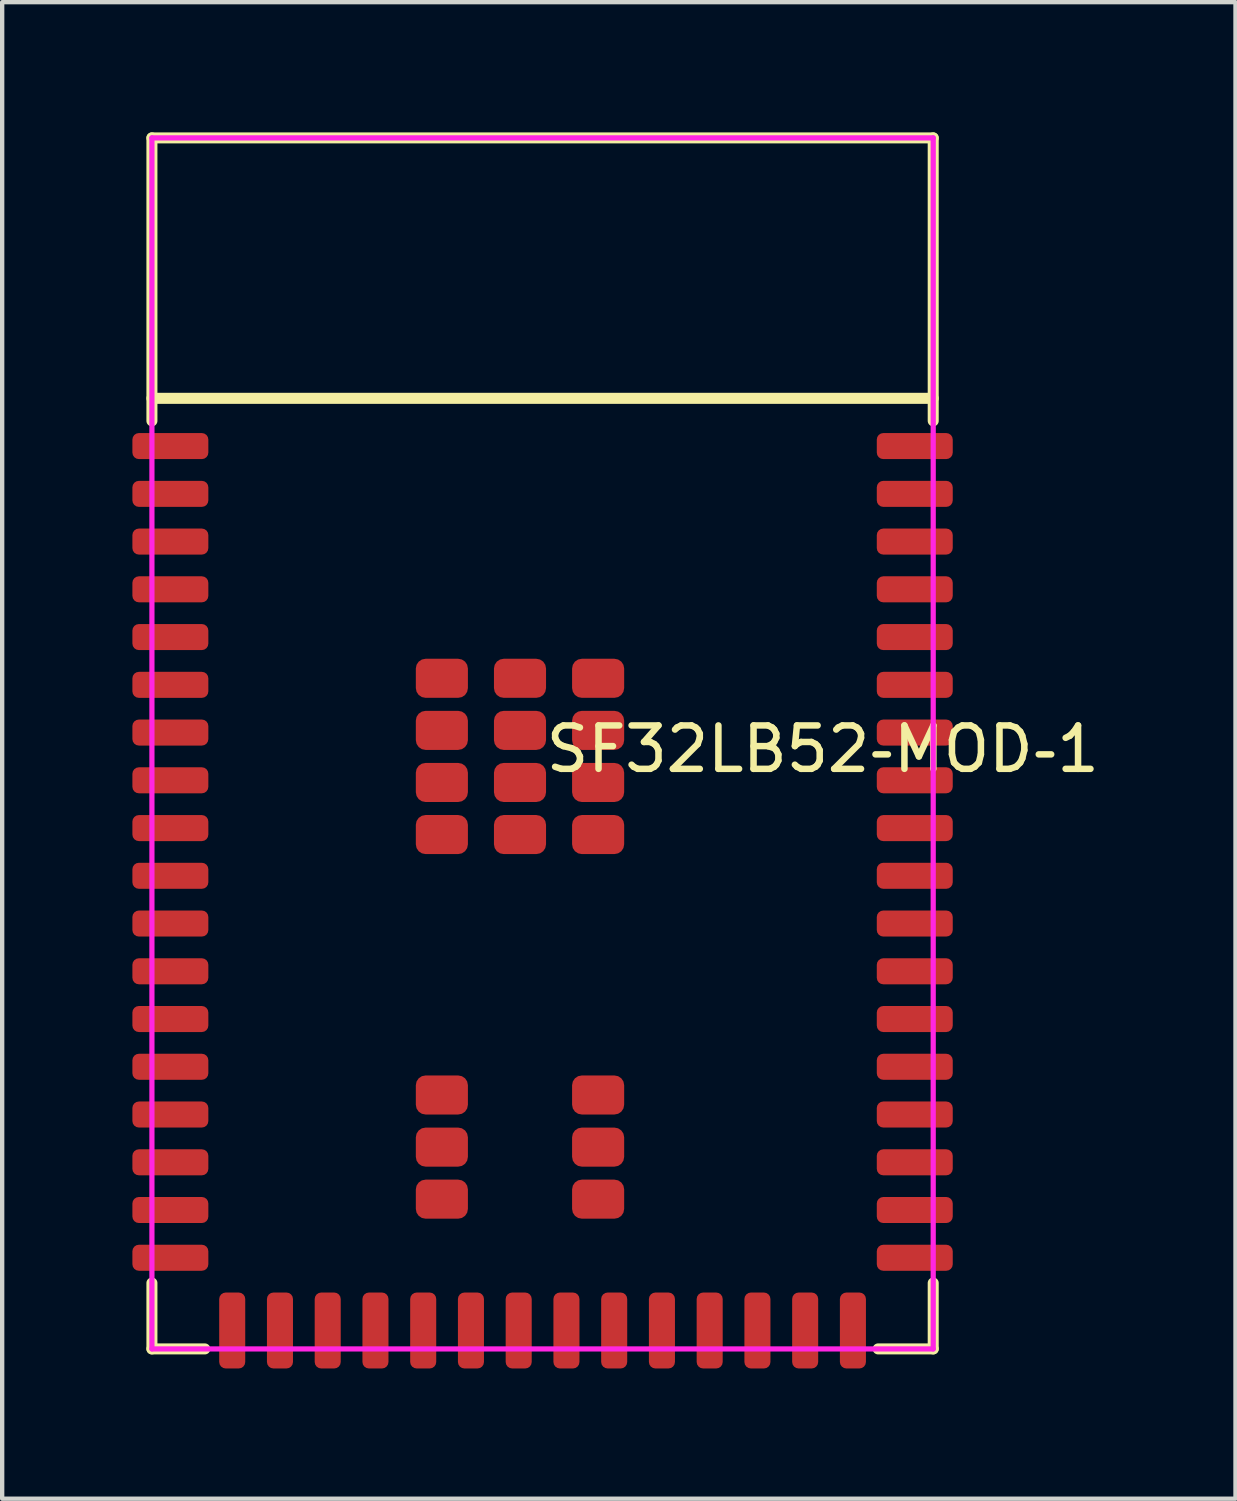
<source format=kicad_pcb>
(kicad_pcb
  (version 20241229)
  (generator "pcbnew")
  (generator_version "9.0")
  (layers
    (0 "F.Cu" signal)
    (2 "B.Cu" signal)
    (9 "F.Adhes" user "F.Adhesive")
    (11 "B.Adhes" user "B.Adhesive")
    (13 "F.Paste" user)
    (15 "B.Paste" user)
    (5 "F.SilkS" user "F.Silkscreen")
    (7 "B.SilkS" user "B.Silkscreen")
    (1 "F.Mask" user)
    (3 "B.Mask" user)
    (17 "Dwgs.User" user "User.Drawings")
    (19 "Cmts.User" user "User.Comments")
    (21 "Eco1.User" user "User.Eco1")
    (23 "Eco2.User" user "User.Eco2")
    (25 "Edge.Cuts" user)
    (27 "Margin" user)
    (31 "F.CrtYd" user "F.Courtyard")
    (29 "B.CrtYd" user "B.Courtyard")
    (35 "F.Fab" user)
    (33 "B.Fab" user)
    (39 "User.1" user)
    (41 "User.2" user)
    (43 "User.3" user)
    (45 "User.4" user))
  (footprint "SF32LB52‐MOD‐1"
    (layer "F.Cu")
    (at 9.45 17.415)
    (property "Reference" "SF32LB52‐MOD‐1" (at 0 -3.207 0) (layer "F.SilkS") (effects (font (size 1 1) (thickness 0.15)) (justify left)))
    (attr smd)
    (fp_line (start -9 -17.288) (end -9 -10.769) (stroke (width 0.254) (type solid)) (layer "F.SilkS"))
    (fp_line (start -9 9.094) (end -9 10.612) (stroke (width 0.254) (type solid)) (layer "F.SilkS"))
    (fp_line (start -9 10.612) (end -7.781 10.612) (stroke (width 0.254) (type solid)) (layer "F.SilkS"))
    (fp_line (start 9 -17.288) (end -9 -17.288) (stroke (width 0.254) (type solid)) (layer "F.SilkS"))
    (fp_line (start 9 -11.288) (end -9 -11.288) (stroke (width 0.254) (type solid)) (layer "F.SilkS"))
    (fp_line (start 9 -10.769) (end 9 -17.288) (stroke (width 0.254) (type solid)) (layer "F.SilkS"))
    (fp_line (start 9 10.612) (end 7.731 10.612) (stroke (width 0.254) (type solid)) (layer "F.SilkS"))
    (fp_line (start 9 10.612) (end 9 9.094) (stroke (width 0.254) (type solid)) (layer "F.SilkS"))
    (fp_circle (center -9 -17.288) (end -8.97 -17.288) (stroke (width 0.06) (type solid)) (fill no) (layer "Eco2.User"))
    (fp_line (start -9 -17.288) (end 9 -17.288) (stroke (width 0.12) (type solid)) (layer "F.CrtYd"))
    (fp_line (start -9 10.612) (end -9 -17.288) (stroke (width 0.12) (type solid)) (layer "F.CrtYd"))
    (fp_line (start 9 -17.288) (end 9 10.612) (stroke (width 0.12) (type solid)) (layer "F.CrtYd"))
    (fp_line (start 9 10.612) (end -9 10.612) (stroke (width 0.12) (type solid)) (layer "F.CrtYd"))
    (pad "1" smd roundrect (at -8.575 -10.188) (size 1.75 0.6) (layers "F.Cu" "F.Mask" "F.Paste") (roundrect_rratio 0.25))
    (pad "2" smd roundrect (at -8.575 -9.087) (size 1.75 0.6) (layers "F.Cu" "F.Mask" "F.Paste") (roundrect_rratio 0.25))
    (pad "3" smd roundrect (at -8.575 -7.988) (size 1.75 0.6) (layers "F.Cu" "F.Mask" "F.Paste") (roundrect_rratio 0.25))
    (pad "4" smd roundrect (at -8.575 -6.888) (size 1.75 0.6) (layers "F.Cu" "F.Mask" "F.Paste") (roundrect_rratio 0.25))
    (pad "5" smd roundrect (at -8.575 -5.788) (size 1.75 0.6) (layers "F.Cu" "F.Mask" "F.Paste") (roundrect_rratio 0.25))
    (pad "6" smd roundrect (at -8.575 -4.687) (size 1.75 0.6) (layers "F.Cu" "F.Mask" "F.Paste") (roundrect_rratio 0.25))
    (pad "7" smd roundrect (at -8.575 -3.588) (size 1.75 0.6) (layers "F.Cu" "F.Mask" "F.Paste") (roundrect_rratio 0.25))
    (pad "8" smd roundrect (at -8.575 -2.488) (size 1.75 0.6) (layers "F.Cu" "F.Mask" "F.Paste") (roundrect_rratio 0.25))
    (pad "9" smd roundrect (at -8.575 -1.387) (size 1.75 0.6) (layers "F.Cu" "F.Mask" "F.Paste") (roundrect_rratio 0.25))
    (pad "10" smd roundrect (at -8.575 -0.288) (size 1.75 0.6) (layers "F.Cu" "F.Mask" "F.Paste") (roundrect_rratio 0.25))
    (pad "11" smd roundrect (at -8.575 0.812) (size 1.75 0.6) (layers "F.Cu" "F.Mask" "F.Paste") (roundrect_rratio 0.25))
    (pad "12" smd roundrect (at -8.575 1.912) (size 1.75 0.6) (layers "F.Cu" "F.Mask" "F.Paste") (roundrect_rratio 0.25))
    (pad "13" smd roundrect (at -8.575 3.012) (size 1.75 0.6) (layers "F.Cu" "F.Mask" "F.Paste") (roundrect_rratio 0.25))
    (pad "14" smd roundrect (at -8.575 4.112) (size 1.75 0.6) (layers "F.Cu" "F.Mask" "F.Paste") (roundrect_rratio 0.25))
    (pad "15" smd roundrect (at -8.575 5.212) (size 1.75 0.6) (layers "F.Cu" "F.Mask" "F.Paste") (roundrect_rratio 0.25))
    (pad "16" smd roundrect (at -8.575 6.313) (size 1.75 0.6) (layers "F.Cu" "F.Mask" "F.Paste") (roundrect_rratio 0.25))
    (pad "17" smd roundrect (at -8.575 7.412) (size 1.75 0.6) (layers "F.Cu" "F.Mask" "F.Paste") (roundrect_rratio 0.25))
    (pad "18" smd roundrect (at -8.575 8.512) (size 1.75 0.6) (layers "F.Cu" "F.Mask" "F.Paste") (roundrect_rratio 0.25))
    (pad "19" smd roundrect (at -6.05 10.188 90) (size 1.75 0.6) (layers "F.Cu" "F.Mask" "F.Paste") (roundrect_rratio 0.25))
    (pad "20" smd roundrect (at -4.95 10.188 90) (size 1.75 0.6) (layers "F.Cu" "F.Mask" "F.Paste") (roundrect_rratio 0.25))
    (pad "21" smd roundrect (at -3.85 10.188 90) (size 1.75 0.6) (layers "F.Cu" "F.Mask" "F.Paste") (roundrect_rratio 0.25))
    (pad "22" smd roundrect (at -2.75 10.188 90) (size 1.75 0.6) (layers "F.Cu" "F.Mask" "F.Paste") (roundrect_rratio 0.25))
    (pad "23" smd roundrect (at -1.65 10.188 90) (size 1.75 0.6) (layers "F.Cu" "F.Mask" "F.Paste") (roundrect_rratio 0.25))
    (pad "24" smd roundrect (at -0.55 10.188 90) (size 1.75 0.6) (layers "F.Cu" "F.Mask" "F.Paste") (roundrect_rratio 0.25))
    (pad "25" smd roundrect (at 0.55 10.188 90) (size 1.75 0.6) (layers "F.Cu" "F.Mask" "F.Paste") (roundrect_rratio 0.25))
    (pad "26" smd roundrect (at 1.65 10.188 90) (size 1.75 0.6) (layers "F.Cu" "F.Mask" "F.Paste") (roundrect_rratio 0.25))
    (pad "27" smd roundrect (at 2.75 10.188 90) (size 1.75 0.6) (layers "F.Cu" "F.Mask" "F.Paste") (roundrect_rratio 0.25))
    (pad "28" smd roundrect (at 3.85 10.188 90) (size 1.75 0.6) (layers "F.Cu" "F.Mask" "F.Paste") (roundrect_rratio 0.25))
    (pad "29" smd roundrect (at 4.95 10.188 90) (size 1.75 0.6) (layers "F.Cu" "F.Mask" "F.Paste") (roundrect_rratio 0.25))
    (pad "30" smd roundrect (at 6.05 10.188 90) (size 1.75 0.6) (layers "F.Cu" "F.Mask" "F.Paste") (roundrect_rratio 0.25))
    (pad "31" smd roundrect (at 8.575 8.512) (size 1.75 0.6) (layers "F.Cu" "F.Mask" "F.Paste") (roundrect_rratio 0.25))
    (pad "32" smd roundrect (at 8.575 7.412) (size 1.75 0.6) (layers "F.Cu" "F.Mask" "F.Paste") (roundrect_rratio 0.25))
    (pad "33" smd roundrect (at 8.575 6.313) (size 1.75 0.6) (layers "F.Cu" "F.Mask" "F.Paste") (roundrect_rratio 0.25))
    (pad "34" smd roundrect (at 8.575 5.212) (size 1.75 0.6) (layers "F.Cu" "F.Mask" "F.Paste") (roundrect_rratio 0.25))
    (pad "35" smd roundrect (at 8.575 4.112) (size 1.75 0.6) (layers "F.Cu" "F.Mask" "F.Paste") (roundrect_rratio 0.25))
    (pad "36" smd roundrect (at 8.575 3.012) (size 1.75 0.6) (layers "F.Cu" "F.Mask" "F.Paste") (roundrect_rratio 0.25))
    (pad "37" smd roundrect (at 8.575 1.912) (size 1.75 0.6) (layers "F.Cu" "F.Mask" "F.Paste") (roundrect_rratio 0.25))
    (pad "38" smd roundrect (at 8.575 0.812) (size 1.75 0.6) (layers "F.Cu" "F.Mask" "F.Paste") (roundrect_rratio 0.25))
    (pad "39" smd roundrect (at 8.575 -0.288) (size 1.75 0.6) (layers "F.Cu" "F.Mask" "F.Paste") (roundrect_rratio 0.25))
    (pad "40" smd roundrect (at 8.575 -1.387) (size 1.75 0.6) (layers "F.Cu" "F.Mask" "F.Paste") (roundrect_rratio 0.25))
    (pad "41" smd roundrect (at 8.575 -2.488) (size 1.75 0.6) (layers "F.Cu" "F.Mask" "F.Paste") (roundrect_rratio 0.25))
    (pad "42" smd roundrect (at 8.575 -3.588) (size 1.75 0.6) (layers "F.Cu" "F.Mask" "F.Paste") (roundrect_rratio 0.25))
    (pad "43" smd roundrect (at 8.575 -4.687) (size 1.75 0.6) (layers "F.Cu" "F.Mask" "F.Paste") (roundrect_rratio 0.25))
    (pad "44" smd roundrect (at 8.575 -5.788) (size 1.75 0.6) (layers "F.Cu" "F.Mask" "F.Paste") (roundrect_rratio 0.25))
    (pad "45" smd roundrect (at 8.575 -6.888) (size 1.75 0.6) (layers "F.Cu" "F.Mask" "F.Paste") (roundrect_rratio 0.25))
    (pad "46" smd roundrect (at 8.575 -7.988) (size 1.75 0.6) (layers "F.Cu" "F.Mask" "F.Paste") (roundrect_rratio 0.25))
    (pad "47" smd roundrect (at 8.575 -9.087) (size 1.75 0.6) (layers "F.Cu" "F.Mask" "F.Paste") (roundrect_rratio 0.25))
    (pad "48" smd roundrect (at 8.575 -10.188) (size 1.75 0.6) (layers "F.Cu" "F.Mask" "F.Paste") (roundrect_rratio 0.25))
    (pad "49" smd roundrect (at -2.32 -4.838) (size 1.2 0.9) (layers "F.Cu" "F.Mask" "F.Paste") (roundrect_rratio 0.25))
    (pad "50" smd roundrect (at -0.52 -4.838) (size 1.2 0.9) (layers "F.Cu" "F.Mask" "F.Paste") (roundrect_rratio 0.25))
    (pad "51" smd roundrect (at 1.28 -4.838) (size 1.2 0.9) (layers "F.Cu" "F.Mask" "F.Paste") (roundrect_rratio 0.25))
    (pad "52" smd roundrect (at -2.32 -3.638) (size 1.2 0.9) (layers "F.Cu" "F.Mask" "F.Paste") (roundrect_rratio 0.25))
    (pad "53" smd roundrect (at -0.52 -3.638) (size 1.2 0.9) (layers "F.Cu" "F.Mask" "F.Paste") (roundrect_rratio 0.25))
    (pad "54" smd roundrect (at 1.28 -3.638) (size 1.2 0.9) (layers "F.Cu" "F.Mask" "F.Paste") (roundrect_rratio 0.25))
    (pad "55" smd roundrect (at -2.32 -2.438) (size 1.2 0.9) (layers "F.Cu" "F.Mask" "F.Paste") (roundrect_rratio 0.25))
    (pad "56" smd roundrect (at -0.52 -2.438) (size 1.2 0.9) (layers "F.Cu" "F.Mask" "F.Paste") (roundrect_rratio 0.25))
    (pad "57" smd roundrect (at 1.28 -2.438) (size 1.2 0.9) (layers "F.Cu" "F.Mask" "F.Paste") (roundrect_rratio 0.25))
    (pad "58" smd roundrect (at -2.32 -1.238) (size 1.2 0.9) (layers "F.Cu" "F.Mask" "F.Paste") (roundrect_rratio 0.25))
    (pad "59" smd roundrect (at -0.52 -1.238) (size 1.2 0.9) (layers "F.Cu" "F.Mask" "F.Paste") (roundrect_rratio 0.25))
    (pad "60" smd roundrect (at 1.28 -1.238) (size 1.2 0.9) (layers "F.Cu" "F.Mask" "F.Paste") (roundrect_rratio 0.25))
    (pad "61" smd roundrect (at -7.15 10.188 90) (size 1.75 0.6) (layers "F.Cu" "F.Mask" "F.Paste") (roundrect_rratio 0.25))
    (pad "62" smd roundrect (at 7.15 10.188 90) (size 1.75 0.6) (layers "F.Cu" "F.Mask" "F.Paste") (roundrect_rratio 0.25))
    (pad "63" smd roundrect (at -2.32 4.762) (size 1.2 0.9) (layers "F.Cu" "F.Mask" "F.Paste") (roundrect_rratio 0.25))
    (pad "64" smd roundrect (at -2.32 5.963) (size 1.2 0.9) (layers "F.Cu" "F.Mask" "F.Paste") (roundrect_rratio 0.25))
    (pad "65" smd roundrect (at -2.32 7.162) (size 1.2 0.9) (layers "F.Cu" "F.Mask" "F.Paste") (roundrect_rratio 0.25))
    (pad "66" smd roundrect (at 1.28 4.762) (size 1.2 0.9) (layers "F.Cu" "F.Mask" "F.Paste") (roundrect_rratio 0.25))
    (pad "67" smd roundrect (at 1.28 5.963) (size 1.2 0.9) (layers "F.Cu" "F.Mask" "F.Paste") (roundrect_rratio 0.25))
    (pad "68" smd roundrect (at 1.28 7.162) (size 1.2 0.9) (layers "F.Cu" "F.Mask" "F.Paste") (roundrect_rratio 0.25)))
  (gr_rect
    (start -3 -3)
    (end 25.414 31.478)
    (stroke (width 0.1) (type default))
    (fill no)
    (layer "Edge.Cuts")))
</source>
